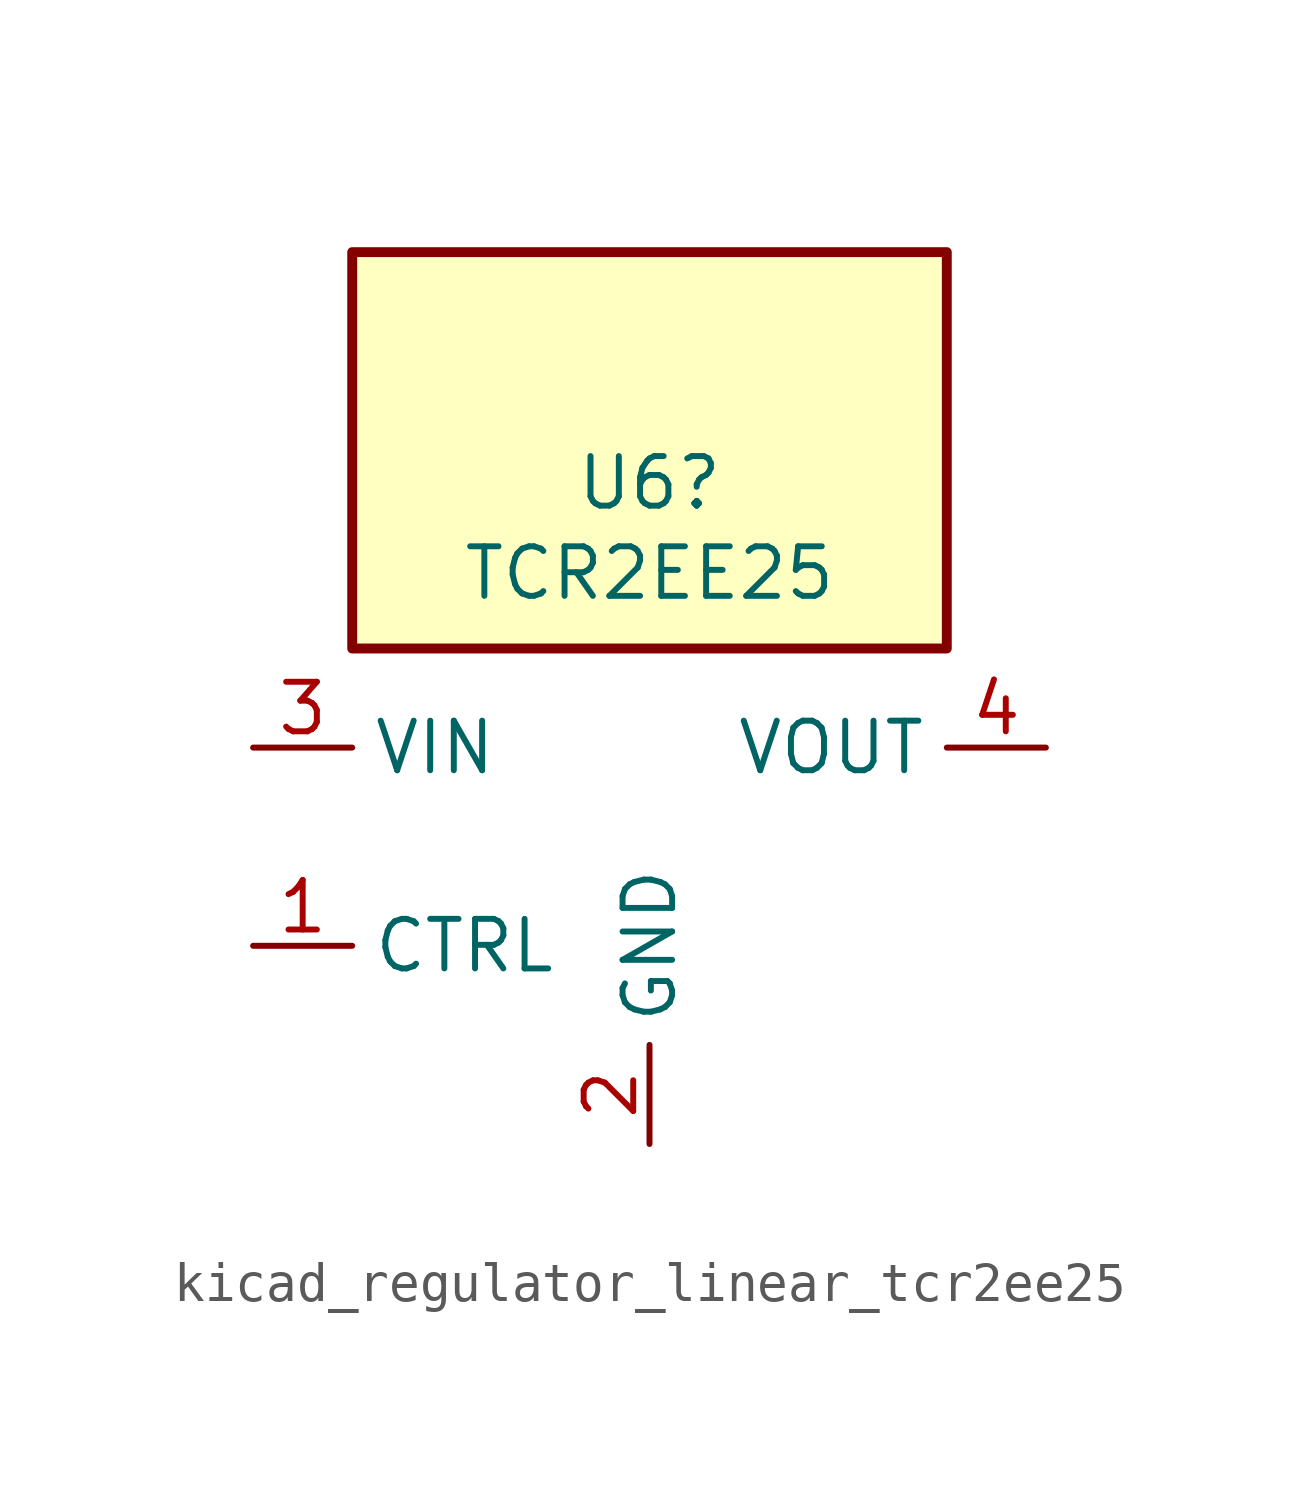
<source format=kicad_sym>
(kicad_symbol_lib
  (version 20220914)
  (generator kicad_symbol_editor)
  (symbol "kicad_regulator_linear_tcr2ee25"
    (property "Reference" "U6"
      (at 0 9.322 0)
      (effects (font (size 1.27 1.27))))
    (property "Value" "TCR2EE25"
      (at 0 7.01 0)
      (effects (font (size 1.27 1.27))))
    (symbol "kicad_regulator_linear_tcr2ee25_0_1"
      (rectangle (start 7.62 15.24) (end -7.62 5.08) (stroke (width 0.254) (type default)) (fill (type background))))
    (symbol "kicad_regulator_linear_tcr2ee25_1_1"
      (pin input line (at -10.16 -2.54 0) (length 2.54) (name "CTRL" (effects (font (size 1.27 1.27)))) (number "1" (effects (font (size 1.27 1.27)))))
      (pin power_in line (at 0 -7.62 90) (length 2.54) (name "GND" (effects (font (size 1.27 1.27)))) (number "2" (effects (font (size 1.27 1.27)))))
      (pin power_in line (at -10.16 2.54 0) (length 2.54) (name "VIN" (effects (font (size 1.27 1.27)))) (number "3" (effects (font (size 1.27 1.27)))))
      (pin power_out line (at 10.16 2.54 180) (length 2.54) (name "VOUT" (effects (font (size 1.27 1.27)))) (number "4" (effects (font (size 1.27 1.27)))))
      (pin no_connect line (at 7.62 -2.54 180) (length 2.54) hide (name "NC" (effects (font (size 1.27 1.27)))) (number "5" (effects (font (size 1.27 1.27))))))))
</source>
